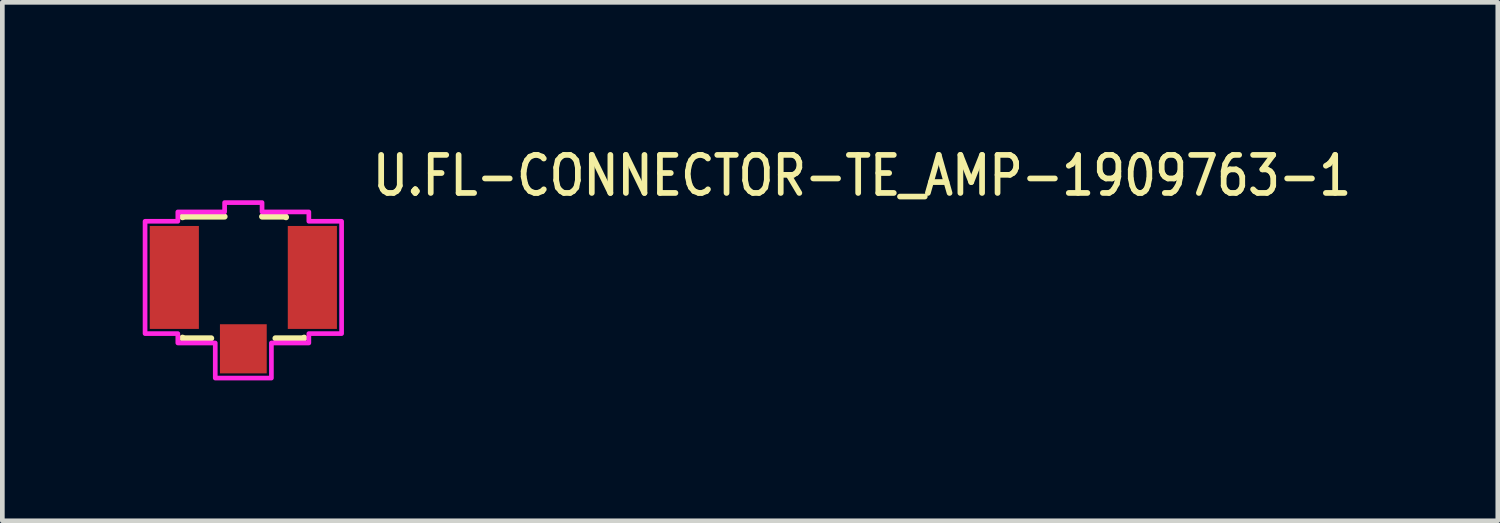
<source format=kicad_pcb>
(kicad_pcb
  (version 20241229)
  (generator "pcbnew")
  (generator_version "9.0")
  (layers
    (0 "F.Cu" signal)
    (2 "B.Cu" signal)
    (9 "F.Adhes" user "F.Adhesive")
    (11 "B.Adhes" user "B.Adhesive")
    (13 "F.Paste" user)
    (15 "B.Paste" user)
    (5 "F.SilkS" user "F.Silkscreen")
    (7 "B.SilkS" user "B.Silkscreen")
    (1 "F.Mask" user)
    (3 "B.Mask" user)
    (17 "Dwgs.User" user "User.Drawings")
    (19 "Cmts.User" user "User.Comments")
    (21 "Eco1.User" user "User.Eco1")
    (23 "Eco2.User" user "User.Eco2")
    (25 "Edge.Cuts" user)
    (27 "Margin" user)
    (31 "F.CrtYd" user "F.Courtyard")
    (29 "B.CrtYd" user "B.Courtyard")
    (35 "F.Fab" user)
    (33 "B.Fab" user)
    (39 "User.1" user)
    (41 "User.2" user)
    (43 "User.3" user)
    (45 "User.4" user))
  (footprint "U.FL-CONNECTOR-TE_AMP-1909763-1"
    (layer "F.Cu")
    (at 2.15 2.879)
    (property "Reference" "U.FL-CONNECTOR-TE_AMP-1909763-1" (at 2.7 -1.7 0) (unlocked yes) (layer "F.SilkS") (effects (font (size 0.813 0.695) (thickness 0.122)) (justify left bottom)))
    (fp_poly (pts (xy -0.8 -1.2) (xy 0.8 -1.2) (xy 0.8 0.9) (xy -0.8 0.9)) (stroke (width 0) (type solid)) (fill yes) (layer "F.Mask"))
    (fp_line (start -1.3 -1.3) (end -1.3 -1.286) (stroke (width 0.127) (type solid)) (layer "F.SilkS"))
    (fp_line (start -1.3 -1.3) (end -0.4 -1.3) (stroke (width 0.127) (type solid)) (layer "F.SilkS"))
    (fp_line (start -1.3 1.3) (end -1.3 1.286) (stroke (width 0.127) (type solid)) (layer "F.SilkS"))
    (fp_line (start -0.686 1.3) (end -1.3 1.3) (stroke (width 0.127) (type solid)) (layer "F.SilkS"))
    (fp_line (start 0.4 -1.3) (end 0.9 -1.3) (stroke (width 0.127) (type solid)) (layer "F.SilkS"))
    (fp_line (start 0.686 1.3) (end 1.3 1.3) (stroke (width 0.127) (type solid)) (layer "F.SilkS"))
    (fp_line (start 0.9 -1.3) (end 0.913 -1.286) (stroke (width 0.127) (type solid)) (layer "F.SilkS"))
    (fp_line (start 1.3 1.3) (end 1.3 1.286) (stroke (width 0.127) (type solid)) (layer "F.SilkS"))
    (fp_poly (pts (xy -1.4 -1.2) (xy -1.4 -1.4) (xy -0.4 -1.4) (xy -0.4 -1.6) (xy 0.4 -1.6) (xy 0.4 -1.4) (xy 1.4 -1.4) (xy 1.4 -1.2) (xy 2.1 -1.2) (xy 2.1 1.2) (xy 1.4 1.2) (xy 1.4 1.4) (xy 0.6 1.4) (xy 0.6 2.15) (xy -0.6 2.15) (xy -0.6 1.4) (xy -1.4 1.4) (xy -1.4 1.2) (xy -2.1 1.2) (xy -2.1 -1.2)) (stroke (width 0.1) (type solid)) (fill no) (layer "F.CrtYd"))
    (pad "P$1" smd rect (at -1.475 0) (size 1.05 2.2) (layers "F.Cu" "F.Mask" "F.Paste"))
    (pad "P$2" smd rect (at 1.475 0) (size 1.05 2.2) (layers "F.Cu" "F.Mask" "F.Paste"))
    (pad "P$3" smd rect (at 0 1.525) (size 1 1.05) (layers "F.Cu" "F.Mask" "F.Paste")))
  (gr_rect
    (start -3 -3)
    (end 28.958 8.079)
    (stroke (width 0.1) (type default))
    (fill no)
    (layer "Edge.Cuts")))
</source>
